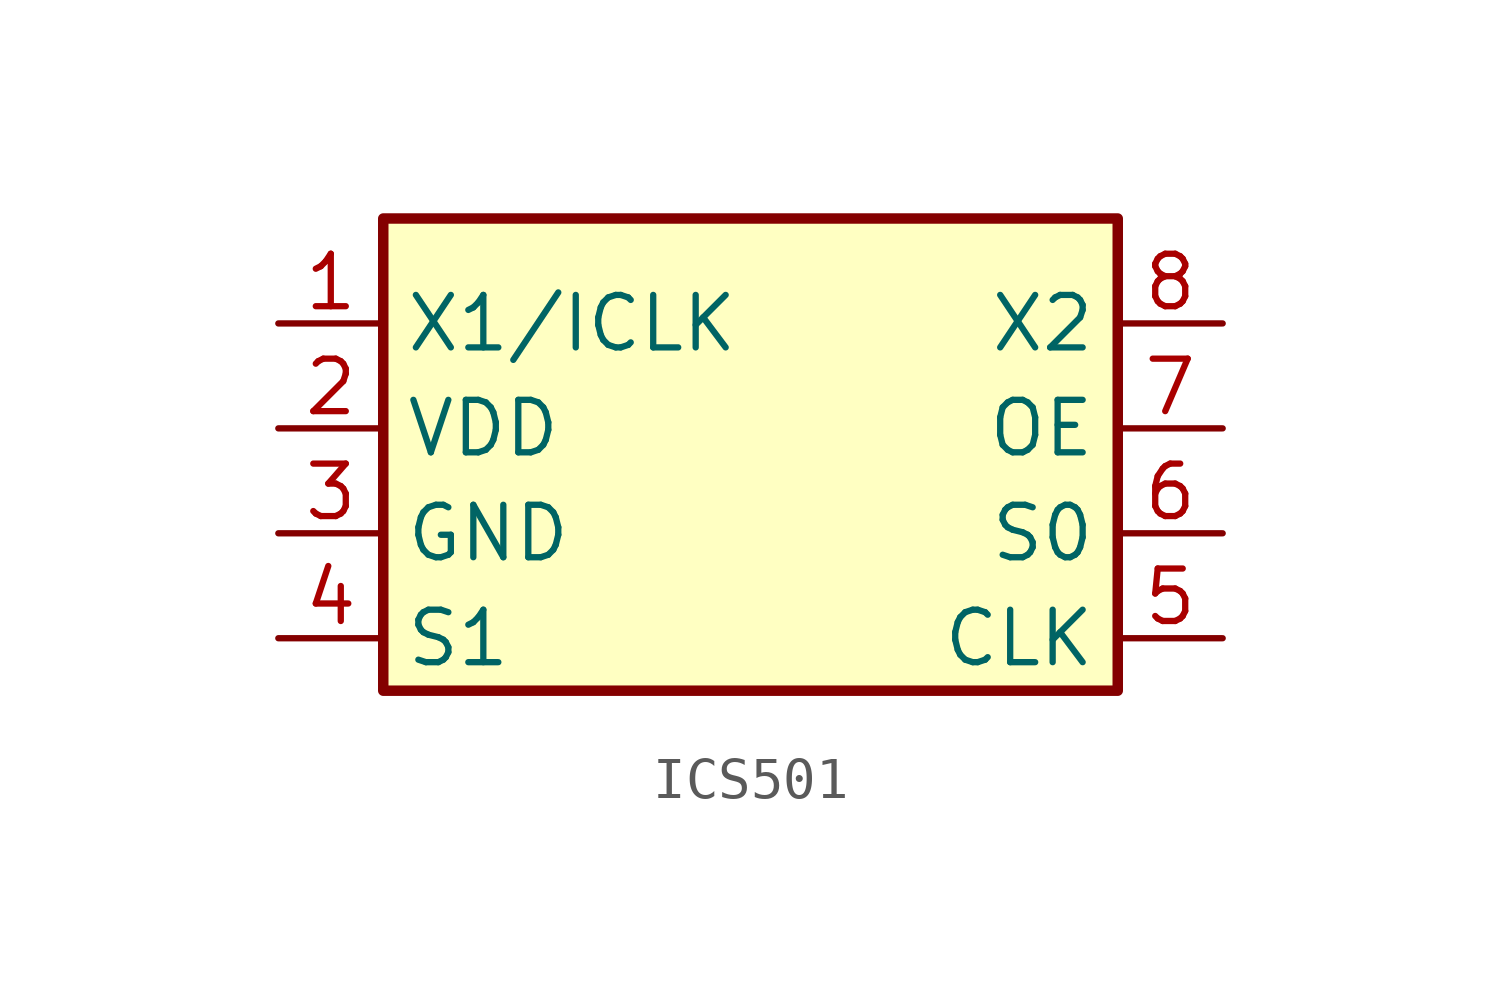
<source format=kicad_sym>
(kicad_symbol_lib
  (version 20241209)
  (generator "kicad_symbol_editor")
  (generator_version "9.0")
  (symbol "ICS501"
    (property "Reference" "U"
      (at 0 0 0)
      (effects (font (size 1.27 1.27)) (hide yes)))
    (property "Value" ""
      (at 0 0 0)
      (effects (font (size 1.27 1.27))))
    (symbol "ICS501_0_1"
      (rectangle (start -10.16 7.62) (end 7.62 -3.81) (stroke (width 0.254) (type default)) (fill (type background))))
    (symbol "ICS501_1_1"
      (pin input line (at -12.7 5.08 0) (length 2.54) (name "X1/ICLK" (effects (font (size 1.27 1.27)))) (number "1" (effects (font (size 1.27 1.27)))))
      (pin power_in line (at -12.7 2.54 0) (length 2.54) (name "VDD" (effects (font (size 1.27 1.27)))) (number "2" (effects (font (size 1.27 1.27)))))
      (pin power_in line (at -12.7 0 0) (length 2.54) (name "GND" (effects (font (size 1.27 1.27)))) (number "3" (effects (font (size 1.27 1.27)))))
      (pin tri_state line (at -12.7 -2.54 0) (length 2.54) (name "S1" (effects (font (size 1.27 1.27)))) (number "4" (effects (font (size 1.27 1.27)))))
      (pin output line (at 10.16 5.08 180) (length 2.54) (name "X2" (effects (font (size 1.27 1.27)))) (number "8" (effects (font (size 1.27 1.27)))))
      (pin input line (at 10.16 2.54 180) (length 2.54) (name "OE" (effects (font (size 1.27 1.27)))) (number "7" (effects (font (size 1.27 1.27)))))
      (pin tri_state line (at 10.16 0 180) (length 2.54) (name "S0" (effects (font (size 1.27 1.27)))) (number "6" (effects (font (size 1.27 1.27)))))
      (pin output line (at 10.16 -2.54 180) (length 2.54) (name "CLK" (effects (font (size 1.27 1.27)))) (number "5" (effects (font (size 1.27 1.27))))))))
</source>
